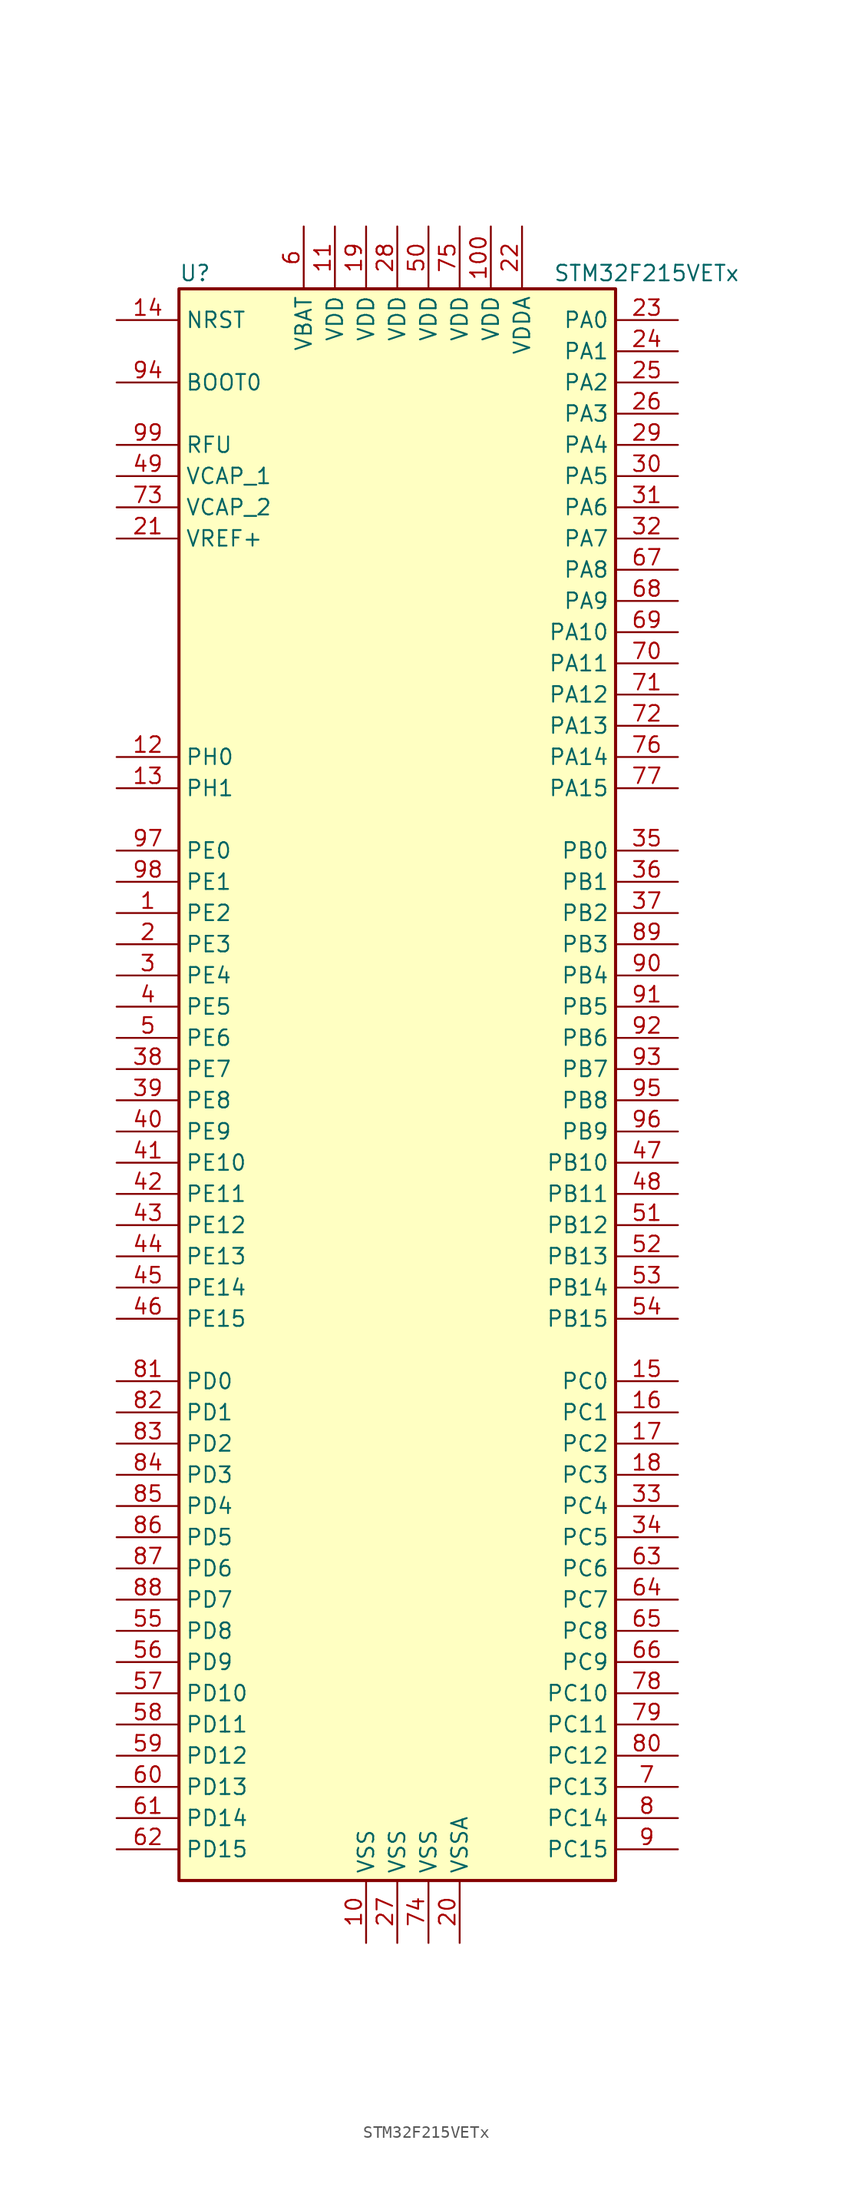
<source format=kicad_sym>
(kicad_symbol_lib
  (version 20201005)
  (generator kicad_symbol_editor)
  (symbol "STM32F215VETx"
    (property "Reference" "U"
      (at -17.78 64.77 0)
      (effects (font (size 1.27 1.27)) (justify left)))
    (property "Value" "STM32F215VETx"
      (at 12.7 64.77 0)
      (effects (font (size 1.27 1.27)) (justify left)))
    (symbol "STM32F215VETx_0_1"
      (rectangle (start -17.78 -66.04) (end 17.78 63.5) (stroke (width 0.254)) (fill (type background))))
    (symbol "STM32F215VETx_1_1"
      (pin bidirectional line (at -22.86 12.7 0) (length 5.08) (name "PE2" (effects (font (size 1.27 1.27)))) (number "1" (effects (font (size 1.27 1.27)))))
      (pin power_in line (at -2.54 -71.12 90) (length 5.08) (name "VSS" (effects (font (size 1.27 1.27)))) (number "10" (effects (font (size 1.27 1.27)))))
      (pin power_in line (at 7.62 68.58 270) (length 5.08) (name "VDD" (effects (font (size 1.27 1.27)))) (number "100" (effects (font (size 1.27 1.27)))))
      (pin power_in line (at -5.08 68.58 270) (length 5.08) (name "VDD" (effects (font (size 1.27 1.27)))) (number "11" (effects (font (size 1.27 1.27)))))
      (pin input line (at -22.86 25.4 0) (length 5.08) (name "PH0" (effects (font (size 1.27 1.27)))) (number "12" (effects (font (size 1.27 1.27)))))
      (pin input line (at -22.86 22.86 0) (length 5.08) (name "PH1" (effects (font (size 1.27 1.27)))) (number "13" (effects (font (size 1.27 1.27)))))
      (pin input line (at -22.86 60.96 0) (length 5.08) (name "NRST" (effects (font (size 1.27 1.27)))) (number "14" (effects (font (size 1.27 1.27)))))
      (pin bidirectional line (at 22.86 -25.4 180) (length 5.08) (name "PC0" (effects (font (size 1.27 1.27)))) (number "15" (effects (font (size 1.27 1.27)))))
      (pin bidirectional line (at 22.86 -27.94 180) (length 5.08) (name "PC1" (effects (font (size 1.27 1.27)))) (number "16" (effects (font (size 1.27 1.27)))))
      (pin bidirectional line (at 22.86 -30.48 180) (length 5.08) (name "PC2" (effects (font (size 1.27 1.27)))) (number "17" (effects (font (size 1.27 1.27)))))
      (pin bidirectional line (at 22.86 -33.02 180) (length 5.08) (name "PC3" (effects (font (size 1.27 1.27)))) (number "18" (effects (font (size 1.27 1.27)))))
      (pin power_in line (at -2.54 68.58 270) (length 5.08) (name "VDD" (effects (font (size 1.27 1.27)))) (number "19" (effects (font (size 1.27 1.27)))))
      (pin bidirectional line (at -22.86 10.16 0) (length 5.08) (name "PE3" (effects (font (size 1.27 1.27)))) (number "2" (effects (font (size 1.27 1.27)))))
      (pin power_in line (at 5.08 -71.12 90) (length 5.08) (name "VSSA" (effects (font (size 1.27 1.27)))) (number "20" (effects (font (size 1.27 1.27)))))
      (pin power_in line (at -22.86 43.18 0) (length 5.08) (name "VREF+" (effects (font (size 1.27 1.27)))) (number "21" (effects (font (size 1.27 1.27)))))
      (pin power_in line (at 10.16 68.58 270) (length 5.08) (name "VDDA" (effects (font (size 1.27 1.27)))) (number "22" (effects (font (size 1.27 1.27)))))
      (pin bidirectional line (at 22.86 60.96 180) (length 5.08) (name "PA0" (effects (font (size 1.27 1.27)))) (number "23" (effects (font (size 1.27 1.27)))))
      (pin bidirectional line (at 22.86 58.42 180) (length 5.08) (name "PA1" (effects (font (size 1.27 1.27)))) (number "24" (effects (font (size 1.27 1.27)))))
      (pin bidirectional line (at 22.86 55.88 180) (length 5.08) (name "PA2" (effects (font (size 1.27 1.27)))) (number "25" (effects (font (size 1.27 1.27)))))
      (pin bidirectional line (at 22.86 53.34 180) (length 5.08) (name "PA3" (effects (font (size 1.27 1.27)))) (number "26" (effects (font (size 1.27 1.27)))))
      (pin power_in line (at 0 -71.12 90) (length 5.08) (name "VSS" (effects (font (size 1.27 1.27)))) (number "27" (effects (font (size 1.27 1.27)))))
      (pin power_in line (at 0 68.58 270) (length 5.08) (name "VDD" (effects (font (size 1.27 1.27)))) (number "28" (effects (font (size 1.27 1.27)))))
      (pin bidirectional line (at 22.86 50.8 180) (length 5.08) (name "PA4" (effects (font (size 1.27 1.27)))) (number "29" (effects (font (size 1.27 1.27)))))
      (pin bidirectional line (at -22.86 7.62 0) (length 5.08) (name "PE4" (effects (font (size 1.27 1.27)))) (number "3" (effects (font (size 1.27 1.27)))))
      (pin bidirectional line (at 22.86 48.26 180) (length 5.08) (name "PA5" (effects (font (size 1.27 1.27)))) (number "30" (effects (font (size 1.27 1.27)))))
      (pin bidirectional line (at 22.86 45.72 180) (length 5.08) (name "PA6" (effects (font (size 1.27 1.27)))) (number "31" (effects (font (size 1.27 1.27)))))
      (pin bidirectional line (at 22.86 43.18 180) (length 5.08) (name "PA7" (effects (font (size 1.27 1.27)))) (number "32" (effects (font (size 1.27 1.27)))))
      (pin bidirectional line (at 22.86 -35.56 180) (length 5.08) (name "PC4" (effects (font (size 1.27 1.27)))) (number "33" (effects (font (size 1.27 1.27)))))
      (pin bidirectional line (at 22.86 -38.1 180) (length 5.08) (name "PC5" (effects (font (size 1.27 1.27)))) (number "34" (effects (font (size 1.27 1.27)))))
      (pin bidirectional line (at 22.86 17.78 180) (length 5.08) (name "PB0" (effects (font (size 1.27 1.27)))) (number "35" (effects (font (size 1.27 1.27)))))
      (pin bidirectional line (at 22.86 15.24 180) (length 5.08) (name "PB1" (effects (font (size 1.27 1.27)))) (number "36" (effects (font (size 1.27 1.27)))))
      (pin bidirectional line (at 22.86 12.7 180) (length 5.08) (name "PB2" (effects (font (size 1.27 1.27)))) (number "37" (effects (font (size 1.27 1.27)))))
      (pin bidirectional line (at -22.86 0 0) (length 5.08) (name "PE7" (effects (font (size 1.27 1.27)))) (number "38" (effects (font (size 1.27 1.27)))))
      (pin bidirectional line (at -22.86 -2.54 0) (length 5.08) (name "PE8" (effects (font (size 1.27 1.27)))) (number "39" (effects (font (size 1.27 1.27)))))
      (pin bidirectional line (at -22.86 5.08 0) (length 5.08) (name "PE5" (effects (font (size 1.27 1.27)))) (number "4" (effects (font (size 1.27 1.27)))))
      (pin bidirectional line (at -22.86 -5.08 0) (length 5.08) (name "PE9" (effects (font (size 1.27 1.27)))) (number "40" (effects (font (size 1.27 1.27)))))
      (pin bidirectional line (at -22.86 -7.62 0) (length 5.08) (name "PE10" (effects (font (size 1.27 1.27)))) (number "41" (effects (font (size 1.27 1.27)))))
      (pin bidirectional line (at -22.86 -10.16 0) (length 5.08) (name "PE11" (effects (font (size 1.27 1.27)))) (number "42" (effects (font (size 1.27 1.27)))))
      (pin bidirectional line (at -22.86 -12.7 0) (length 5.08) (name "PE12" (effects (font (size 1.27 1.27)))) (number "43" (effects (font (size 1.27 1.27)))))
      (pin bidirectional line (at -22.86 -15.24 0) (length 5.08) (name "PE13" (effects (font (size 1.27 1.27)))) (number "44" (effects (font (size 1.27 1.27)))))
      (pin bidirectional line (at -22.86 -17.78 0) (length 5.08) (name "PE14" (effects (font (size 1.27 1.27)))) (number "45" (effects (font (size 1.27 1.27)))))
      (pin bidirectional line (at -22.86 -20.32 0) (length 5.08) (name "PE15" (effects (font (size 1.27 1.27)))) (number "46" (effects (font (size 1.27 1.27)))))
      (pin bidirectional line (at 22.86 -7.62 180) (length 5.08) (name "PB10" (effects (font (size 1.27 1.27)))) (number "47" (effects (font (size 1.27 1.27)))))
      (pin bidirectional line (at 22.86 -10.16 180) (length 5.08) (name "PB11" (effects (font (size 1.27 1.27)))) (number "48" (effects (font (size 1.27 1.27)))))
      (pin power_in line (at -22.86 48.26 0) (length 5.08) (name "VCAP_1" (effects (font (size 1.27 1.27)))) (number "49" (effects (font (size 1.27 1.27)))))
      (pin bidirectional line (at -22.86 2.54 0) (length 5.08) (name "PE6" (effects (font (size 1.27 1.27)))) (number "5" (effects (font (size 1.27 1.27)))))
      (pin power_in line (at 2.54 68.58 270) (length 5.08) (name "VDD" (effects (font (size 1.27 1.27)))) (number "50" (effects (font (size 1.27 1.27)))))
      (pin bidirectional line (at 22.86 -12.7 180) (length 5.08) (name "PB12" (effects (font (size 1.27 1.27)))) (number "51" (effects (font (size 1.27 1.27)))))
      (pin bidirectional line (at 22.86 -15.24 180) (length 5.08) (name "PB13" (effects (font (size 1.27 1.27)))) (number "52" (effects (font (size 1.27 1.27)))))
      (pin bidirectional line (at 22.86 -17.78 180) (length 5.08) (name "PB14" (effects (font (size 1.27 1.27)))) (number "53" (effects (font (size 1.27 1.27)))))
      (pin bidirectional line (at 22.86 -20.32 180) (length 5.08) (name "PB15" (effects (font (size 1.27 1.27)))) (number "54" (effects (font (size 1.27 1.27)))))
      (pin bidirectional line (at -22.86 -45.72 0) (length 5.08) (name "PD8" (effects (font (size 1.27 1.27)))) (number "55" (effects (font (size 1.27 1.27)))))
      (pin bidirectional line (at -22.86 -48.26 0) (length 5.08) (name "PD9" (effects (font (size 1.27 1.27)))) (number "56" (effects (font (size 1.27 1.27)))))
      (pin bidirectional line (at -22.86 -50.8 0) (length 5.08) (name "PD10" (effects (font (size 1.27 1.27)))) (number "57" (effects (font (size 1.27 1.27)))))
      (pin bidirectional line (at -22.86 -53.34 0) (length 5.08) (name "PD11" (effects (font (size 1.27 1.27)))) (number "58" (effects (font (size 1.27 1.27)))))
      (pin bidirectional line (at -22.86 -55.88 0) (length 5.08) (name "PD12" (effects (font (size 1.27 1.27)))) (number "59" (effects (font (size 1.27 1.27)))))
      (pin power_in line (at -7.62 68.58 270) (length 5.08) (name "VBAT" (effects (font (size 1.27 1.27)))) (number "6" (effects (font (size 1.27 1.27)))))
      (pin bidirectional line (at -22.86 -58.42 0) (length 5.08) (name "PD13" (effects (font (size 1.27 1.27)))) (number "60" (effects (font (size 1.27 1.27)))))
      (pin bidirectional line (at -22.86 -60.96 0) (length 5.08) (name "PD14" (effects (font (size 1.27 1.27)))) (number "61" (effects (font (size 1.27 1.27)))))
      (pin bidirectional line (at -22.86 -63.5 0) (length 5.08) (name "PD15" (effects (font (size 1.27 1.27)))) (number "62" (effects (font (size 1.27 1.27)))))
      (pin bidirectional line (at 22.86 -40.64 180) (length 5.08) (name "PC6" (effects (font (size 1.27 1.27)))) (number "63" (effects (font (size 1.27 1.27)))))
      (pin bidirectional line (at 22.86 -43.18 180) (length 5.08) (name "PC7" (effects (font (size 1.27 1.27)))) (number "64" (effects (font (size 1.27 1.27)))))
      (pin bidirectional line (at 22.86 -45.72 180) (length 5.08) (name "PC8" (effects (font (size 1.27 1.27)))) (number "65" (effects (font (size 1.27 1.27)))))
      (pin bidirectional line (at 22.86 -48.26 180) (length 5.08) (name "PC9" (effects (font (size 1.27 1.27)))) (number "66" (effects (font (size 1.27 1.27)))))
      (pin bidirectional line (at 22.86 40.64 180) (length 5.08) (name "PA8" (effects (font (size 1.27 1.27)))) (number "67" (effects (font (size 1.27 1.27)))))
      (pin bidirectional line (at 22.86 38.1 180) (length 5.08) (name "PA9" (effects (font (size 1.27 1.27)))) (number "68" (effects (font (size 1.27 1.27)))))
      (pin bidirectional line (at 22.86 35.56 180) (length 5.08) (name "PA10" (effects (font (size 1.27 1.27)))) (number "69" (effects (font (size 1.27 1.27)))))
      (pin bidirectional line (at 22.86 -58.42 180) (length 5.08) (name "PC13" (effects (font (size 1.27 1.27)))) (number "7" (effects (font (size 1.27 1.27)))))
      (pin bidirectional line (at 22.86 33.02 180) (length 5.08) (name "PA11" (effects (font (size 1.27 1.27)))) (number "70" (effects (font (size 1.27 1.27)))))
      (pin bidirectional line (at 22.86 30.48 180) (length 5.08) (name "PA12" (effects (font (size 1.27 1.27)))) (number "71" (effects (font (size 1.27 1.27)))))
      (pin bidirectional line (at 22.86 27.94 180) (length 5.08) (name "PA13" (effects (font (size 1.27 1.27)))) (number "72" (effects (font (size 1.27 1.27)))))
      (pin power_in line (at -22.86 45.72 0) (length 5.08) (name "VCAP_2" (effects (font (size 1.27 1.27)))) (number "73" (effects (font (size 1.27 1.27)))))
      (pin power_in line (at 2.54 -71.12 90) (length 5.08) (name "VSS" (effects (font (size 1.27 1.27)))) (number "74" (effects (font (size 1.27 1.27)))))
      (pin power_in line (at 5.08 68.58 270) (length 5.08) (name "VDD" (effects (font (size 1.27 1.27)))) (number "75" (effects (font (size 1.27 1.27)))))
      (pin bidirectional line (at 22.86 25.4 180) (length 5.08) (name "PA14" (effects (font (size 1.27 1.27)))) (number "76" (effects (font (size 1.27 1.27)))))
      (pin bidirectional line (at 22.86 22.86 180) (length 5.08) (name "PA15" (effects (font (size 1.27 1.27)))) (number "77" (effects (font (size 1.27 1.27)))))
      (pin bidirectional line (at 22.86 -50.8 180) (length 5.08) (name "PC10" (effects (font (size 1.27 1.27)))) (number "78" (effects (font (size 1.27 1.27)))))
      (pin bidirectional line (at 22.86 -53.34 180) (length 5.08) (name "PC11" (effects (font (size 1.27 1.27)))) (number "79" (effects (font (size 1.27 1.27)))))
      (pin bidirectional line (at 22.86 -60.96 180) (length 5.08) (name "PC14" (effects (font (size 1.27 1.27)))) (number "8" (effects (font (size 1.27 1.27)))))
      (pin bidirectional line (at 22.86 -55.88 180) (length 5.08) (name "PC12" (effects (font (size 1.27 1.27)))) (number "80" (effects (font (size 1.27 1.27)))))
      (pin bidirectional line (at -22.86 -25.4 0) (length 5.08) (name "PD0" (effects (font (size 1.27 1.27)))) (number "81" (effects (font (size 1.27 1.27)))))
      (pin bidirectional line (at -22.86 -27.94 0) (length 5.08) (name "PD1" (effects (font (size 1.27 1.27)))) (number "82" (effects (font (size 1.27 1.27)))))
      (pin bidirectional line (at -22.86 -30.48 0) (length 5.08) (name "PD2" (effects (font (size 1.27 1.27)))) (number "83" (effects (font (size 1.27 1.27)))))
      (pin bidirectional line (at -22.86 -33.02 0) (length 5.08) (name "PD3" (effects (font (size 1.27 1.27)))) (number "84" (effects (font (size 1.27 1.27)))))
      (pin bidirectional line (at -22.86 -35.56 0) (length 5.08) (name "PD4" (effects (font (size 1.27 1.27)))) (number "85" (effects (font (size 1.27 1.27)))))
      (pin bidirectional line (at -22.86 -38.1 0) (length 5.08) (name "PD5" (effects (font (size 1.27 1.27)))) (number "86" (effects (font (size 1.27 1.27)))))
      (pin bidirectional line (at -22.86 -40.64 0) (length 5.08) (name "PD6" (effects (font (size 1.27 1.27)))) (number "87" (effects (font (size 1.27 1.27)))))
      (pin bidirectional line (at -22.86 -43.18 0) (length 5.08) (name "PD7" (effects (font (size 1.27 1.27)))) (number "88" (effects (font (size 1.27 1.27)))))
      (pin bidirectional line (at 22.86 10.16 180) (length 5.08) (name "PB3" (effects (font (size 1.27 1.27)))) (number "89" (effects (font (size 1.27 1.27)))))
      (pin bidirectional line (at 22.86 -63.5 180) (length 5.08) (name "PC15" (effects (font (size 1.27 1.27)))) (number "9" (effects (font (size 1.27 1.27)))))
      (pin bidirectional line (at 22.86 7.62 180) (length 5.08) (name "PB4" (effects (font (size 1.27 1.27)))) (number "90" (effects (font (size 1.27 1.27)))))
      (pin bidirectional line (at 22.86 5.08 180) (length 5.08) (name "PB5" (effects (font (size 1.27 1.27)))) (number "91" (effects (font (size 1.27 1.27)))))
      (pin bidirectional line (at 22.86 2.54 180) (length 5.08) (name "PB6" (effects (font (size 1.27 1.27)))) (number "92" (effects (font (size 1.27 1.27)))))
      (pin bidirectional line (at 22.86 0 180) (length 5.08) (name "PB7" (effects (font (size 1.27 1.27)))) (number "93" (effects (font (size 1.27 1.27)))))
      (pin input line (at -22.86 55.88 0) (length 5.08) (name "BOOT0" (effects (font (size 1.27 1.27)))) (number "94" (effects (font (size 1.27 1.27)))))
      (pin bidirectional line (at 22.86 -2.54 180) (length 5.08) (name "PB8" (effects (font (size 1.27 1.27)))) (number "95" (effects (font (size 1.27 1.27)))))
      (pin bidirectional line (at 22.86 -5.08 180) (length 5.08) (name "PB9" (effects (font (size 1.27 1.27)))) (number "96" (effects (font (size 1.27 1.27)))))
      (pin bidirectional line (at -22.86 17.78 0) (length 5.08) (name "PE0" (effects (font (size 1.27 1.27)))) (number "97" (effects (font (size 1.27 1.27)))))
      (pin bidirectional line (at -22.86 15.24 0) (length 5.08) (name "PE1" (effects (font (size 1.27 1.27)))) (number "98" (effects (font (size 1.27 1.27)))))
      (pin power_in line (at -22.86 50.8 0) (length 5.08) (name "RFU" (effects (font (size 1.27 1.27)))) (number "99" (effects (font (size 1.27 1.27))))))))
</source>
